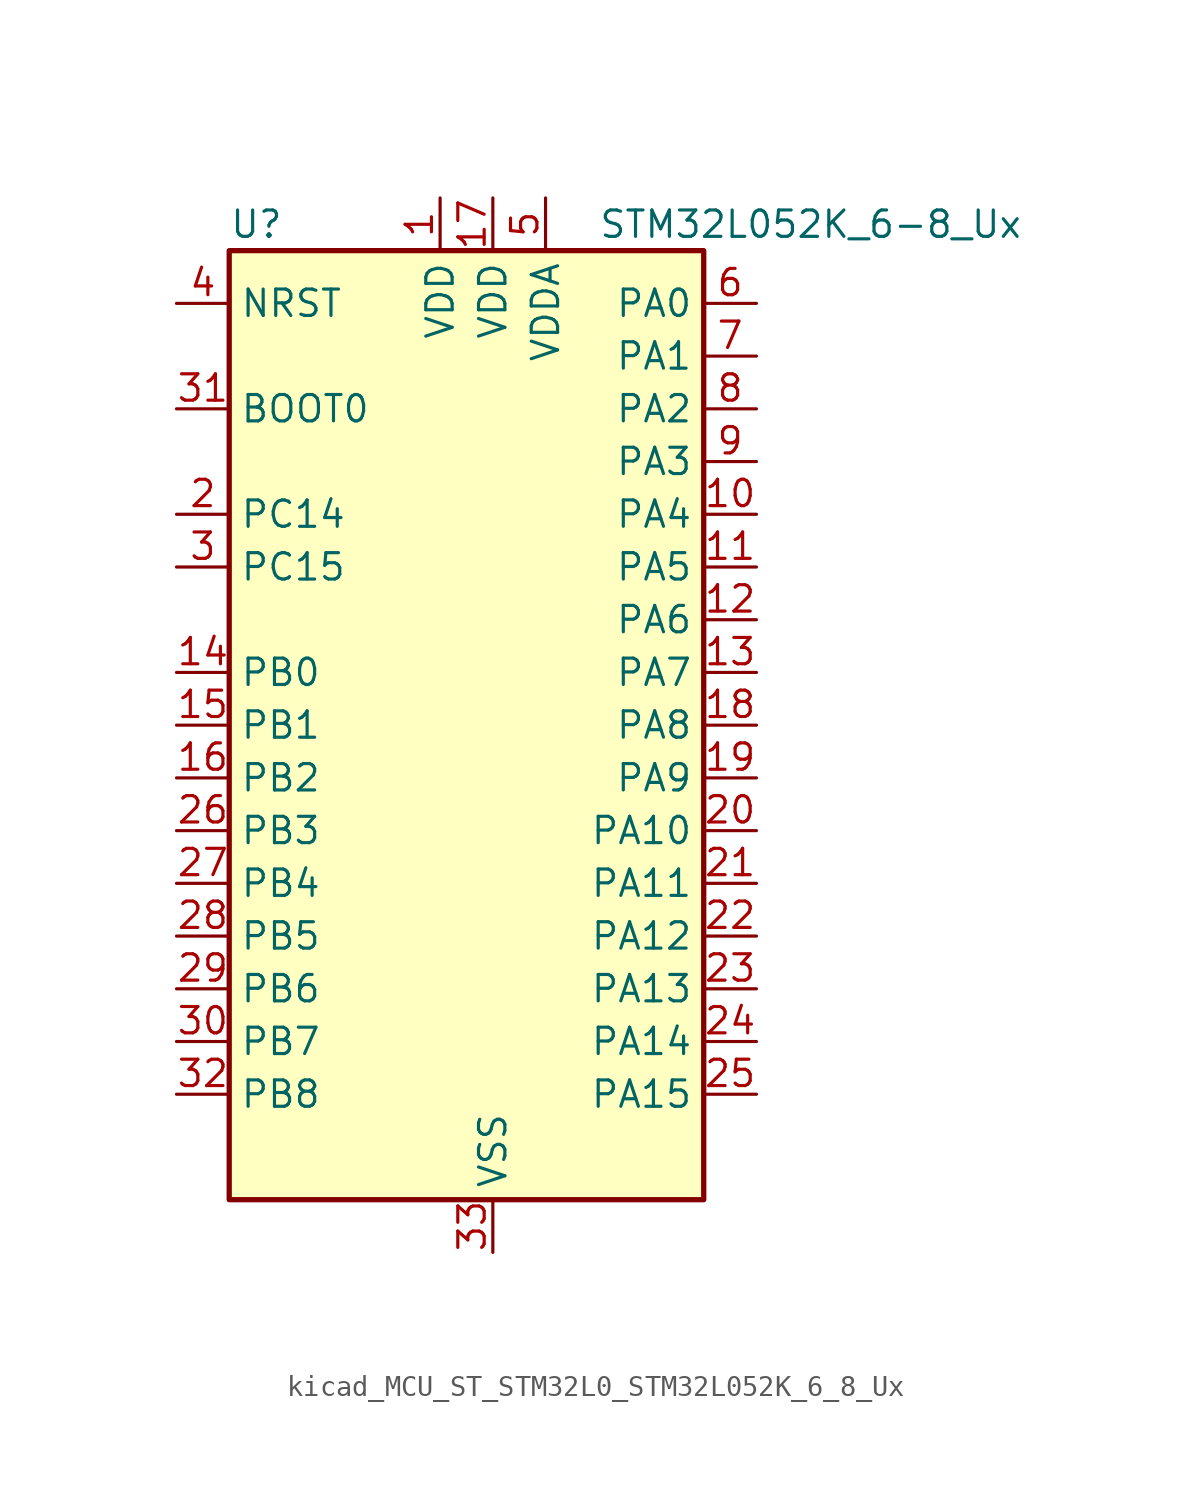
<source format=kicad_sym>
(kicad_symbol_lib
  (version 20220914)
  (generator kicad_symbol_editor)
  (symbol "kicad_MCU_ST_STM32L0_STM32L052K_6_8_Ux"
    (property "Reference" "U"
      (at -10.16 24.13 0)
      (effects (font (size 1.27 1.27)) (justify left)))
    (property "Value" "STM32L052K_6-8_Ux"
      (at 7.62 24.13 0)
      (effects (font (size 1.27 1.27)) (justify left)))
    (property "ki_locked" ""
      (at 0 0 0)
      (effects (font (size 1.27 1.27))))
    (symbol "kicad_MCU_ST_STM32L0_STM32L052K_6_8_Ux_0_1"
      (rectangle (start -10.16 -22.86) (end 12.7 22.86) (stroke (width 0.254) (type default)) (fill (type background))))
    (symbol "kicad_MCU_ST_STM32L0_STM32L052K_6_8_Ux_1_1"
      (pin power_in line (at 0 25.4 270) (length 2.54) (name "VDD" (effects (font (size 1.27 1.27)))) (number "1" (effects (font (size 1.27 1.27)))))
      (pin bidirectional line (at 15.24 10.16 180) (length 2.54) (name "PA4" (effects (font (size 1.27 1.27)))) (number "10" (effects (font (size 1.27 1.27)))) (alternate "ADC_IN4" bidirectional line) (alternate "COMP1_INM" bidirectional line) (alternate "COMP2_INM" bidirectional line) (alternate "DAC_OUT1" bidirectional line) (alternate "SPI1_NSS" bidirectional line) (alternate "TIM22_ETR" bidirectional line) (alternate "TSC_G2_IO1" bidirectional line) (alternate "USART2_CK" bidirectional line))
      (pin bidirectional line (at 15.24 7.62 180) (length 2.54) (name "PA5" (effects (font (size 1.27 1.27)))) (number "11" (effects (font (size 1.27 1.27)))) (alternate "ADC_IN5" bidirectional line) (alternate "COMP1_INM" bidirectional line) (alternate "COMP2_INM" bidirectional line) (alternate "SPI1_SCK" bidirectional line) (alternate "TIM2_CH1" bidirectional line) (alternate "TIM2_ETR" bidirectional line) (alternate "TSC_G2_IO2" bidirectional line))
      (pin bidirectional line (at 15.24 5.08 180) (length 2.54) (name "PA6" (effects (font (size 1.27 1.27)))) (number "12" (effects (font (size 1.27 1.27)))) (alternate "ADC_IN6" bidirectional line) (alternate "COMP1_OUT" bidirectional line) (alternate "SPI1_MISO" bidirectional line) (alternate "TIM22_CH1" bidirectional line) (alternate "TSC_G2_IO3" bidirectional line))
      (pin bidirectional line (at 15.24 2.54 180) (length 2.54) (name "PA7" (effects (font (size 1.27 1.27)))) (number "13" (effects (font (size 1.27 1.27)))) (alternate "ADC_IN7" bidirectional line) (alternate "COMP2_OUT" bidirectional line) (alternate "SPI1_MOSI" bidirectional line) (alternate "TIM22_CH2" bidirectional line) (alternate "TSC_G2_IO4" bidirectional line))
      (pin bidirectional line (at -12.7 2.54 0) (length 2.54) (name "PB0" (effects (font (size 1.27 1.27)))) (number "14" (effects (font (size 1.27 1.27)))) (alternate "ADC_IN8" bidirectional line) (alternate "SYS_VREF_OUT_PB0" bidirectional line) (alternate "TSC_G3_IO2" bidirectional line))
      (pin bidirectional line (at -12.7 0 0) (length 2.54) (name "PB1" (effects (font (size 1.27 1.27)))) (number "15" (effects (font (size 1.27 1.27)))) (alternate "ADC_IN9" bidirectional line) (alternate "SYS_VREF_OUT_PB1" bidirectional line) (alternate "TSC_G3_IO3" bidirectional line))
      (pin bidirectional line (at -12.7 -2.54 0) (length 2.54) (name "PB2" (effects (font (size 1.27 1.27)))) (number "16" (effects (font (size 1.27 1.27)))) (alternate "LPTIM1_OUT" bidirectional line) (alternate "TSC_G3_IO4" bidirectional line))
      (pin power_in line (at 2.54 25.4 270) (length 2.54) (name "VDD" (effects (font (size 1.27 1.27)))) (number "17" (effects (font (size 1.27 1.27)))))
      (pin bidirectional line (at 15.24 0 180) (length 2.54) (name "PA8" (effects (font (size 1.27 1.27)))) (number "18" (effects (font (size 1.27 1.27)))) (alternate "CRS_SYNC" bidirectional line) (alternate "RCC_MCO" bidirectional line) (alternate "USART1_CK" bidirectional line))
      (pin bidirectional line (at 15.24 -2.54 180) (length 2.54) (name "PA9" (effects (font (size 1.27 1.27)))) (number "19" (effects (font (size 1.27 1.27)))) (alternate "DAC_EXTI9" bidirectional line) (alternate "RCC_MCO" bidirectional line) (alternate "TSC_G4_IO1" bidirectional line) (alternate "USART1_TX" bidirectional line))
      (pin bidirectional line (at -12.7 10.16 0) (length 2.54) (name "PC14" (effects (font (size 1.27 1.27)))) (number "2" (effects (font (size 1.27 1.27)))) (alternate "RCC_OSC32_IN" bidirectional line))
      (pin bidirectional line (at 15.24 -5.08 180) (length 2.54) (name "PA10" (effects (font (size 1.27 1.27)))) (number "20" (effects (font (size 1.27 1.27)))) (alternate "TSC_G4_IO2" bidirectional line) (alternate "USART1_RX" bidirectional line))
      (pin bidirectional line (at 15.24 -7.62 180) (length 2.54) (name "PA11" (effects (font (size 1.27 1.27)))) (number "21" (effects (font (size 1.27 1.27)))) (alternate "ADC_EXTI11" bidirectional line) (alternate "COMP1_OUT" bidirectional line) (alternate "SPI1_MISO" bidirectional line) (alternate "TSC_G4_IO3" bidirectional line) (alternate "USART1_CTS" bidirectional line) (alternate "USB_DM" bidirectional line))
      (pin bidirectional line (at 15.24 -10.16 180) (length 2.54) (name "PA12" (effects (font (size 1.27 1.27)))) (number "22" (effects (font (size 1.27 1.27)))) (alternate "COMP2_OUT" bidirectional line) (alternate "SPI1_MOSI" bidirectional line) (alternate "TSC_G4_IO4" bidirectional line) (alternate "USART1_DE" bidirectional line) (alternate "USART1_RTS" bidirectional line) (alternate "USB_DP" bidirectional line))
      (pin bidirectional line (at 15.24 -12.7 180) (length 2.54) (name "PA13" (effects (font (size 1.27 1.27)))) (number "23" (effects (font (size 1.27 1.27)))) (alternate "SYS_SWDIO" bidirectional line) (alternate "USB_NOE" bidirectional line))
      (pin bidirectional line (at 15.24 -15.24 180) (length 2.54) (name "PA14" (effects (font (size 1.27 1.27)))) (number "24" (effects (font (size 1.27 1.27)))) (alternate "SYS_SWCLK" bidirectional line) (alternate "USART2_TX" bidirectional line))
      (pin bidirectional line (at 15.24 -17.78 180) (length 2.54) (name "PA15" (effects (font (size 1.27 1.27)))) (number "25" (effects (font (size 1.27 1.27)))) (alternate "SPI1_NSS" bidirectional line) (alternate "TIM2_CH1" bidirectional line) (alternate "TIM2_ETR" bidirectional line) (alternate "USART2_RX" bidirectional line))
      (pin bidirectional line (at -12.7 -5.08 0) (length 2.54) (name "PB3" (effects (font (size 1.27 1.27)))) (number "26" (effects (font (size 1.27 1.27)))) (alternate "COMP2_INM" bidirectional line) (alternate "SPI1_SCK" bidirectional line) (alternate "TIM2_CH2" bidirectional line) (alternate "TSC_G5_IO1" bidirectional line))
      (pin bidirectional line (at -12.7 -7.62 0) (length 2.54) (name "PB4" (effects (font (size 1.27 1.27)))) (number "27" (effects (font (size 1.27 1.27)))) (alternate "COMP2_INP" bidirectional line) (alternate "SPI1_MISO" bidirectional line) (alternate "TIM22_CH1" bidirectional line) (alternate "TSC_G5_IO2" bidirectional line))
      (pin bidirectional line (at -12.7 -10.16 0) (length 2.54) (name "PB5" (effects (font (size 1.27 1.27)))) (number "28" (effects (font (size 1.27 1.27)))) (alternate "COMP2_INP" bidirectional line) (alternate "I2C1_SMBA" bidirectional line) (alternate "LPTIM1_IN1" bidirectional line) (alternate "SPI1_MOSI" bidirectional line) (alternate "TIM22_CH2" bidirectional line))
      (pin bidirectional line (at -12.7 -12.7 0) (length 2.54) (name "PB6" (effects (font (size 1.27 1.27)))) (number "29" (effects (font (size 1.27 1.27)))) (alternate "COMP2_INP" bidirectional line) (alternate "I2C1_SCL" bidirectional line) (alternate "LPTIM1_ETR" bidirectional line) (alternate "TSC_G5_IO3" bidirectional line) (alternate "USART1_TX" bidirectional line))
      (pin bidirectional line (at -12.7 7.62 0) (length 2.54) (name "PC15" (effects (font (size 1.27 1.27)))) (number "3" (effects (font (size 1.27 1.27)))) (alternate "RCC_OSC32_OUT" bidirectional line))
      (pin bidirectional line (at -12.7 -15.24 0) (length 2.54) (name "PB7" (effects (font (size 1.27 1.27)))) (number "30" (effects (font (size 1.27 1.27)))) (alternate "COMP2_INP" bidirectional line) (alternate "I2C1_SDA" bidirectional line) (alternate "LPTIM1_IN2" bidirectional line) (alternate "SYS_PVD_IN" bidirectional line) (alternate "TSC_G5_IO4" bidirectional line) (alternate "USART1_RX" bidirectional line))
      (pin input line (at -12.7 15.24 0) (length 2.54) (name "BOOT0" (effects (font (size 1.27 1.27)))) (number "31" (effects (font (size 1.27 1.27)))))
      (pin bidirectional line (at -12.7 -17.78 0) (length 2.54) (name "PB8" (effects (font (size 1.27 1.27)))) (number "32" (effects (font (size 1.27 1.27)))) (alternate "I2C1_SCL" bidirectional line) (alternate "TSC_SYNC" bidirectional line))
      (pin power_in line (at 2.54 -25.4 90) (length 2.54) (name "VSS" (effects (font (size 1.27 1.27)))) (number "33" (effects (font (size 1.27 1.27)))))
      (pin input line (at -12.7 20.32 0) (length 2.54) (name "NRST" (effects (font (size 1.27 1.27)))) (number "4" (effects (font (size 1.27 1.27)))))
      (pin power_in line (at 5.08 25.4 270) (length 2.54) (name "VDDA" (effects (font (size 1.27 1.27)))) (number "5" (effects (font (size 1.27 1.27)))))
      (pin bidirectional line (at 15.24 20.32 180) (length 2.54) (name "PA0" (effects (font (size 1.27 1.27)))) (number "6" (effects (font (size 1.27 1.27)))) (alternate "ADC_IN0" bidirectional line) (alternate "COMP1_INM" bidirectional line) (alternate "COMP1_OUT" bidirectional line) (alternate "RTC_TAMP2" bidirectional line) (alternate "SYS_WKUP1" bidirectional line) (alternate "TIM2_CH1" bidirectional line) (alternate "TIM2_ETR" bidirectional line) (alternate "TSC_G1_IO1" bidirectional line) (alternate "USART2_CTS" bidirectional line))
      (pin bidirectional line (at 15.24 17.78 180) (length 2.54) (name "PA1" (effects (font (size 1.27 1.27)))) (number "7" (effects (font (size 1.27 1.27)))) (alternate "ADC_IN1" bidirectional line) (alternate "COMP1_INP" bidirectional line) (alternate "TIM21_ETR" bidirectional line) (alternate "TIM2_CH2" bidirectional line) (alternate "TSC_G1_IO2" bidirectional line) (alternate "USART2_DE" bidirectional line) (alternate "USART2_RTS" bidirectional line))
      (pin bidirectional line (at 15.24 15.24 180) (length 2.54) (name "PA2" (effects (font (size 1.27 1.27)))) (number "8" (effects (font (size 1.27 1.27)))) (alternate "ADC_IN2" bidirectional line) (alternate "COMP2_INM" bidirectional line) (alternate "COMP2_OUT" bidirectional line) (alternate "TIM21_CH1" bidirectional line) (alternate "TIM2_CH3" bidirectional line) (alternate "TSC_G1_IO3" bidirectional line) (alternate "USART2_TX" bidirectional line))
      (pin bidirectional line (at 15.24 12.7 180) (length 2.54) (name "PA3" (effects (font (size 1.27 1.27)))) (number "9" (effects (font (size 1.27 1.27)))) (alternate "ADC_IN3" bidirectional line) (alternate "COMP2_INP" bidirectional line) (alternate "TIM21_CH2" bidirectional line) (alternate "TIM2_CH4" bidirectional line) (alternate "TSC_G1_IO4" bidirectional line) (alternate "USART2_RX" bidirectional line)))))
</source>
